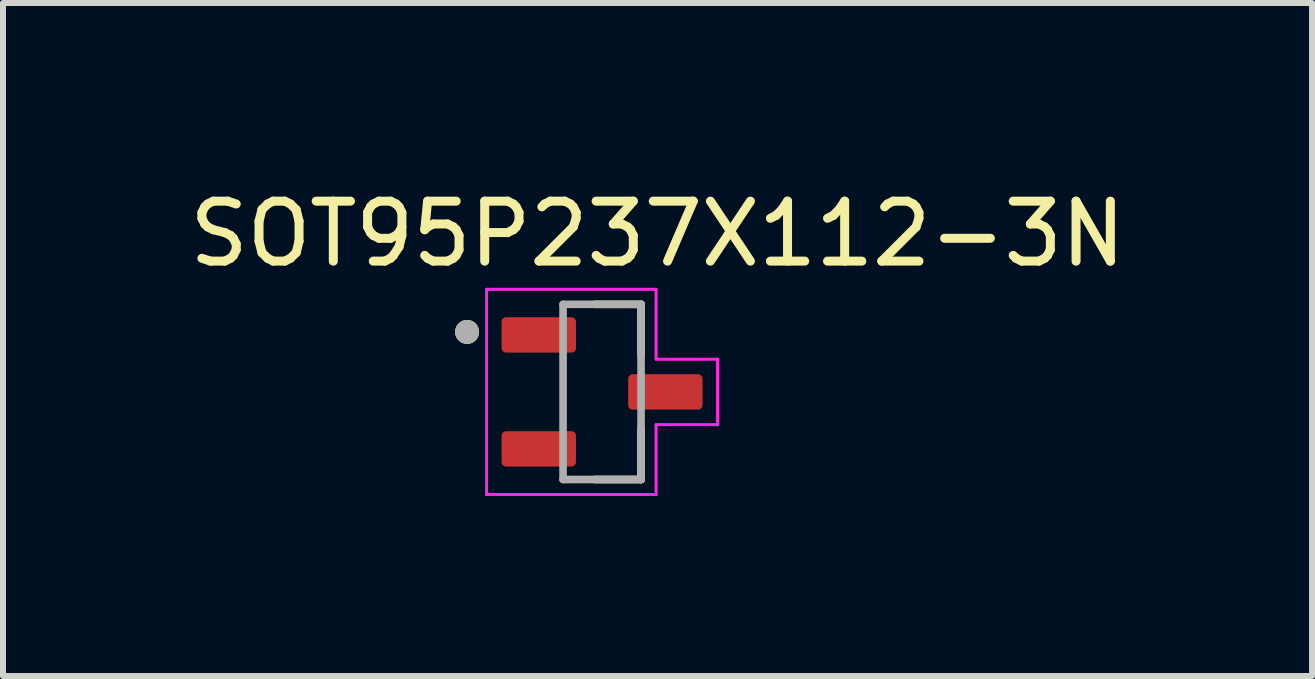
<source format=kicad_pcb>
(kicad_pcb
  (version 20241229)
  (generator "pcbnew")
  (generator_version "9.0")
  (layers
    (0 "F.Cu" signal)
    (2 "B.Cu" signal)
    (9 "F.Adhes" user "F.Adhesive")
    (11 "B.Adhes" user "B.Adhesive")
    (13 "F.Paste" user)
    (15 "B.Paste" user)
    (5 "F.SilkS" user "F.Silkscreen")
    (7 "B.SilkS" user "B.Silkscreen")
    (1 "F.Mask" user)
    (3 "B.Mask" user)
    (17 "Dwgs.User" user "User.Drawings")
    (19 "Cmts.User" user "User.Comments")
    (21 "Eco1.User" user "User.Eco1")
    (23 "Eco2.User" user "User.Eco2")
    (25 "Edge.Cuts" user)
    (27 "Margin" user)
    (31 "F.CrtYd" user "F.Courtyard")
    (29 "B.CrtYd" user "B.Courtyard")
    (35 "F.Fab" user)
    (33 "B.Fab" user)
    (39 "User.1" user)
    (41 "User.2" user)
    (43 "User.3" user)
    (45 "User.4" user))
  (footprint "SOT95P237X112-3N"
    (layer "F.Cu")
    (at 6.986 3.483)
    (property "Reference" "SOT95P237X112-3N" (at 0.925 -2.635 0) (layer "F.SilkS") (effects (font (size 1 1) (thickness 0.15))))
    (attr smd)
    (fp_line (start -0.115 -1.46) (end 0.65 -1.46) (stroke (width 0.127) (type solid)) (layer "F.SilkS"))
    (fp_line (start -0.115 1.46) (end 0.65 1.46) (stroke (width 0.127) (type solid)) (layer "F.SilkS"))
    (fp_line (start 0.65 -1.46) (end 0.65 -0.62) (stroke (width 0.127) (type solid)) (layer "F.SilkS"))
    (fp_line (start 0.65 0.62) (end 0.65 1.46) (stroke (width 0.127) (type solid)) (layer "F.SilkS"))
    (fp_circle (center -2.25 -1) (end -2.15 -1) (stroke (width 0.2) (type solid)) (fill no) (layer "F.SilkS"))
    (fp_line (start -1.925 -1.71) (end -1.925 1.71) (stroke (width 0.05) (type solid)) (layer "F.CrtYd"))
    (fp_line (start -1.925 -1.71) (end 0.9 -1.71) (stroke (width 0.05) (type solid)) (layer "F.CrtYd"))
    (fp_line (start -1.925 1.71) (end 0.9 1.71) (stroke (width 0.05) (type solid)) (layer "F.CrtYd"))
    (fp_line (start 0.9 -1.71) (end 0.9 -0.545) (stroke (width 0.05) (type solid)) (layer "F.CrtYd"))
    (fp_line (start 0.9 -0.545) (end 1.925 -0.545) (stroke (width 0.05) (type solid)) (layer "F.CrtYd"))
    (fp_line (start 0.9 0.545) (end 0.9 1.71) (stroke (width 0.05) (type solid)) (layer "F.CrtYd"))
    (fp_line (start 1.925 -0.545) (end 1.925 0.545) (stroke (width 0.05) (type solid)) (layer "F.CrtYd"))
    (fp_line (start 1.925 0.545) (end 0.9 0.545) (stroke (width 0.05) (type solid)) (layer "F.CrtYd"))
    (fp_line (start -0.65 -1.46) (end 0.65 -1.46) (stroke (width 0.127) (type solid)) (layer "F.Fab"))
    (fp_line (start -0.65 1.46) (end -0.65 -1.46) (stroke (width 0.127) (type solid)) (layer "F.Fab"))
    (fp_line (start 0.65 -1.46) (end 0.65 1.46) (stroke (width 0.127) (type solid)) (layer "F.Fab"))
    (fp_line (start 0.65 1.46) (end -0.65 1.46) (stroke (width 0.127) (type solid)) (layer "F.Fab"))
    (fp_circle (center -2.25 -1) (end -2.15 -1) (stroke (width 0.2) (type solid)) (fill no) (layer "F.Fab"))
    (pad "1" smd roundrect (at -1.055 -0.95) (size 1.24 0.59) (layers "F.Cu" "F.Mask" "F.Paste") (roundrect_rratio 0.125))
    (pad "2" smd roundrect (at -1.055 0.95) (size 1.24 0.59) (layers "F.Cu" "F.Mask" "F.Paste") (roundrect_rratio 0.125))
    (pad "3" smd roundrect (at 1.055 0) (size 1.24 0.59) (layers "F.Cu" "F.Mask" "F.Paste") (roundrect_rratio 0.125)))
  (gr_rect
    (start -3 -3)
    (end 18.821 8.218)
    (stroke (width 0.1) (type default))
    (fill no)
    (layer "Edge.Cuts")))
</source>
